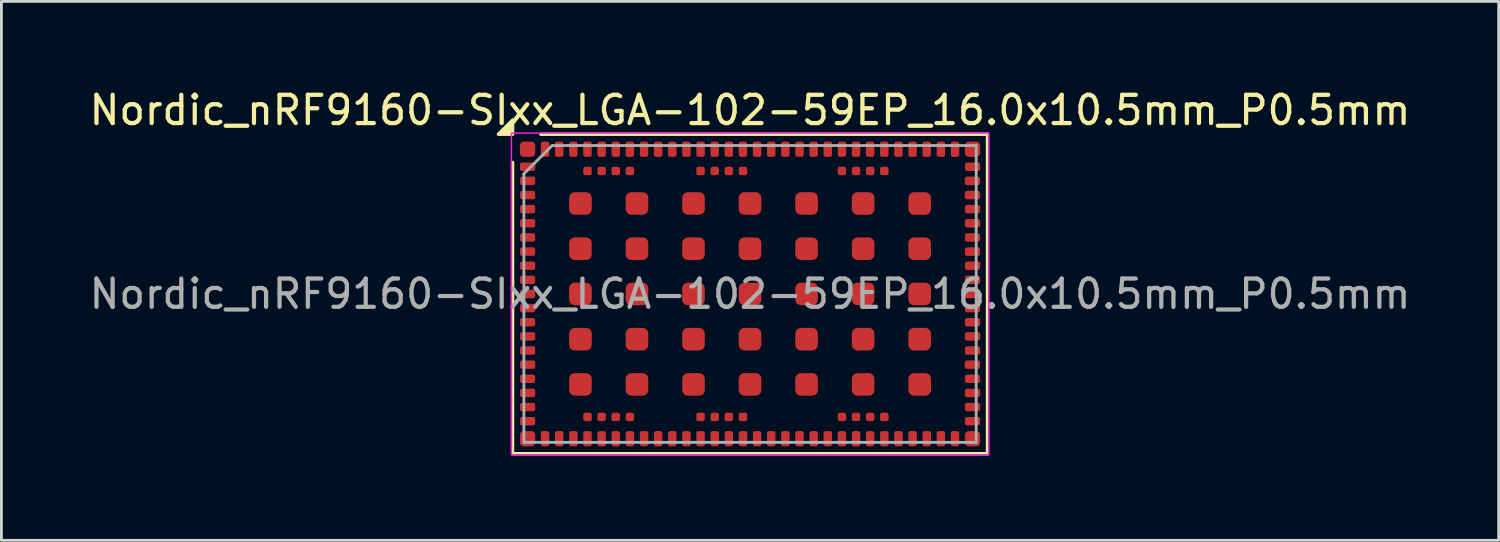
<source format=kicad_pcb>
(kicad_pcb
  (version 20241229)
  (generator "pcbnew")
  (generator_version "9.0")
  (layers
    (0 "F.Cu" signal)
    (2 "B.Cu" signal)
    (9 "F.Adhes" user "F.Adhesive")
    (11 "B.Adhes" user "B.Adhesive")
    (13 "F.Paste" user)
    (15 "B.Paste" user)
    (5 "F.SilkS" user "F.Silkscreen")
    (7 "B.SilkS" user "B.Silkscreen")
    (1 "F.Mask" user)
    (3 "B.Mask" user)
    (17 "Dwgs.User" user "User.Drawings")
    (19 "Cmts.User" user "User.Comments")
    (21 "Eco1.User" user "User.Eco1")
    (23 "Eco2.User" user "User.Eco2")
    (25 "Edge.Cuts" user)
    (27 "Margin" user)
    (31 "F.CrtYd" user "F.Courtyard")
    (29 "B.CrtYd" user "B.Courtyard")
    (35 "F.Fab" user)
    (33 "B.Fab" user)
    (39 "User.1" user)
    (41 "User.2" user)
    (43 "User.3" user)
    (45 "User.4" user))
  (footprint "Nordic_nRF9160-SIxx_LGA-102-59EP_16.0x10.5mm_P0.5mm"
    (layer "F.Cu")
    (at 23.482 7.348)
    (property "Reference" "Nordic_nRF9160-SIxx_LGA-102-59EP_16.0x10.5mm_P0.5mm" (at 0 -6.5 0) (unlocked yes) (layer "F.SilkS") (effects (font (size 1 1) (thickness 0.15))))
    (attr smd)
    (fp_line (start -8.4 5.65) (end -8.4 -4.65) (stroke (width 0.12) (type default)) (layer "F.SilkS"))
    (fp_line (start 8.4 -5.65) (end -7.4 -5.65) (stroke (width 0.12) (type default)) (layer "F.SilkS"))
    (fp_line (start 8.4 5.65) (end -8.4 5.65) (stroke (width 0.12) (type default)) (layer "F.SilkS"))
    (fp_line (start 8.4 5.65) (end 8.4 -5.65) (stroke (width 0.12) (type default)) (layer "F.SilkS"))
    (fp_poly (pts (xy -8.4 -5.65) (xy -8.9 -5.65) (xy -8.4 -6.15) (xy -8.4 -5.65)) (stroke (width 0.12) (type solid)) (fill yes) (layer "F.SilkS"))
    (fp_rect (start -8.44 -5.69) (end 8.44 5.69) (stroke (width 0.05) (type default)) (fill no) (layer "F.CrtYd"))
    (fp_line (start -8 -4.25) (end -7 -5.25) (stroke (width 0.1) (type default)) (layer "F.Fab"))
    (fp_line (start -8 5.25) (end -8 -4.25) (stroke (width 0.1) (type default)) (layer "F.Fab"))
    (fp_line (start -7 -5.25) (end 8 -5.25) (stroke (width 0.1) (type default)) (layer "F.Fab"))
    (fp_line (start 8 -5.25) (end 8 5.25) (stroke (width 0.1) (type default)) (layer "F.Fab"))
    (fp_line (start 8 5.25) (end -8 5.25) (stroke (width 0.1) (type default)) (layer "F.Fab"))
    (fp_text user "${REFERENCE}" (at 0 0 0) (unlocked yes) (layer "F.Fab") (effects (font (size 1 1) (thickness 0.15))))
    (pad "1" smd roundrect (at -7.87 -5.12) (size 0.54 0.54) (layers "F.Cu" "F.Mask" "F.Paste") (roundrect_rratio 0.25))
    (pad "2" smd roundrect (at -7.87 -4.5) (size 0.54 0.3) (layers "F.Cu" "F.Mask" "F.Paste") (roundrect_rratio 0.25))
    (pad "3" smd roundrect (at -7.87 -4) (size 0.54 0.3) (layers "F.Cu" "F.Mask" "F.Paste") (roundrect_rratio 0.25))
    (pad "4" smd roundrect (at -7.87 -3.5) (size 0.54 0.3) (layers "F.Cu" "F.Mask" "F.Paste") (roundrect_rratio 0.25))
    (pad "5" smd roundrect (at -7.87 -3) (size 0.54 0.3) (layers "F.Cu" "F.Mask" "F.Paste") (roundrect_rratio 0.25))
    (pad "6" smd roundrect (at -7.87 -2.5) (size 0.54 0.3) (layers "F.Cu" "F.Mask" "F.Paste") (roundrect_rratio 0.25))
    (pad "7" smd roundrect (at -7.87 -2) (size 0.54 0.3) (layers "F.Cu" "F.Mask" "F.Paste") (roundrect_rratio 0.25))
    (pad "8" smd roundrect (at -7.87 -1.5) (size 0.54 0.3) (layers "F.Cu" "F.Mask" "F.Paste") (roundrect_rratio 0.25))
    (pad "9" smd roundrect (at -7.87 -1) (size 0.54 0.3) (layers "F.Cu" "F.Mask" "F.Paste") (roundrect_rratio 0.25))
    (pad "10" smd roundrect (at -7.87 -0.5) (size 0.54 0.3) (layers "F.Cu" "F.Mask" "F.Paste") (roundrect_rratio 0.25))
    (pad "11" smd roundrect (at -7.87 0) (size 0.54 0.3) (layers "F.Cu" "F.Mask" "F.Paste") (roundrect_rratio 0.25))
    (pad "12" smd roundrect (at -7.87 0.5) (size 0.54 0.3) (layers "F.Cu" "F.Mask" "F.Paste") (roundrect_rratio 0.25))
    (pad "13" smd roundrect (at -7.87 1) (size 0.54 0.3) (layers "F.Cu" "F.Mask" "F.Paste") (roundrect_rratio 0.25))
    (pad "14" smd roundrect (at -7.87 1.5) (size 0.54 0.3) (layers "F.Cu" "F.Mask" "F.Paste") (roundrect_rratio 0.25))
    (pad "15" smd roundrect (at -7.87 2) (size 0.54 0.3) (layers "F.Cu" "F.Mask" "F.Paste") (roundrect_rratio 0.25))
    (pad "16" smd roundrect (at -7.87 2.5) (size 0.54 0.3) (layers "F.Cu" "F.Mask" "F.Paste") (roundrect_rratio 0.25))
    (pad "17" smd roundrect (at -7.87 3) (size 0.54 0.3) (layers "F.Cu" "F.Mask" "F.Paste") (roundrect_rratio 0.25))
    (pad "18" smd roundrect (at -7.87 3.5) (size 0.54 0.3) (layers "F.Cu" "F.Mask" "F.Paste") (roundrect_rratio 0.25))
    (pad "19" smd roundrect (at -7.87 4) (size 0.54 0.3) (layers "F.Cu" "F.Mask" "F.Paste") (roundrect_rratio 0.25))
    (pad "20" smd roundrect (at -7.87 4.5) (size 0.54 0.3) (layers "F.Cu" "F.Mask" "F.Paste") (roundrect_rratio 0.25))
    (pad "21" smd roundrect (at -7.87 5.12) (size 0.54 0.54) (layers "F.Cu" "F.Mask" "F.Paste") (roundrect_rratio 0.25))
    (pad "22" smd roundrect (at -7.25 5.12) (size 0.3 0.54) (layers "F.Cu" "F.Mask" "F.Paste") (roundrect_rratio 0.25))
    (pad "23" smd roundrect (at -6.75 5.12) (size 0.3 0.54) (layers "F.Cu" "F.Mask" "F.Paste") (roundrect_rratio 0.25))
    (pad "24" smd roundrect (at -6.25 5.12) (size 0.3 0.54) (layers "F.Cu" "F.Mask" "F.Paste") (roundrect_rratio 0.25))
    (pad "25" smd roundrect (at -5.75 5.12) (size 0.3 0.54) (layers "F.Cu" "F.Mask" "F.Paste") (roundrect_rratio 0.25))
    (pad "26" smd roundrect (at -5.25 5.12) (size 0.3 0.54) (layers "F.Cu" "F.Mask" "F.Paste") (roundrect_rratio 0.25))
    (pad "27" smd roundrect (at -4.75 5.12) (size 0.3 0.54) (layers "F.Cu" "F.Mask" "F.Paste") (roundrect_rratio 0.25))
    (pad "28" smd roundrect (at -4.25 5.12) (size 0.3 0.54) (layers "F.Cu" "F.Mask" "F.Paste") (roundrect_rratio 0.25))
    (pad "29" smd roundrect (at -3.75 5.12) (size 0.3 0.54) (layers "F.Cu" "F.Mask" "F.Paste") (roundrect_rratio 0.25))
    (pad "30" smd roundrect (at -3.25 5.12) (size 0.3 0.54) (layers "F.Cu" "F.Mask" "F.Paste") (roundrect_rratio 0.25))
    (pad "31" smd roundrect (at -2.75 5.12) (size 0.3 0.54) (layers "F.Cu" "F.Mask" "F.Paste") (roundrect_rratio 0.25))
    (pad "32" smd roundrect (at -2.25 5.12) (size 0.3 0.54) (layers "F.Cu" "F.Mask" "F.Paste") (roundrect_rratio 0.25))
    (pad "33" smd roundrect (at -1.75 5.12) (size 0.3 0.54) (layers "F.Cu" "F.Mask" "F.Paste") (roundrect_rratio 0.25))
    (pad "34" smd roundrect (at -1.25 5.12) (size 0.3 0.54) (layers "F.Cu" "F.Mask" "F.Paste") (roundrect_rratio 0.25))
    (pad "35" smd roundrect (at -0.75 5.12) (size 0.3 0.54) (layers "F.Cu" "F.Mask" "F.Paste") (roundrect_rratio 0.25))
    (pad "36" smd roundrect (at -0.25 5.12) (size 0.3 0.54) (layers "F.Cu" "F.Mask" "F.Paste") (roundrect_rratio 0.25))
    (pad "37" smd roundrect (at 0.25 5.12) (size 0.3 0.54) (layers "F.Cu" "F.Mask" "F.Paste") (roundrect_rratio 0.25))
    (pad "38" smd roundrect (at 0.75 5.12) (size 0.3 0.54) (layers "F.Cu" "F.Mask" "F.Paste") (roundrect_rratio 0.25))
    (pad "39" smd roundrect (at 1.25 5.12) (size 0.3 0.54) (layers "F.Cu" "F.Mask" "F.Paste") (roundrect_rratio 0.25))
    (pad "40" smd roundrect (at 1.75 5.12) (size 0.3 0.54) (layers "F.Cu" "F.Mask" "F.Paste") (roundrect_rratio 0.25))
    (pad "41" smd roundrect (at 2.25 5.12) (size 0.3 0.54) (layers "F.Cu" "F.Mask" "F.Paste") (roundrect_rratio 0.25))
    (pad "42" smd roundrect (at 2.75 5.12) (size 0.3 0.54) (layers "F.Cu" "F.Mask" "F.Paste") (roundrect_rratio 0.25))
    (pad "43" smd roundrect (at 3.25 5.12) (size 0.3 0.54) (layers "F.Cu" "F.Mask" "F.Paste") (roundrect_rratio 0.25))
    (pad "44" smd roundrect (at 3.75 5.12) (size 0.3 0.54) (layers "F.Cu" "F.Mask" "F.Paste") (roundrect_rratio 0.25))
    (pad "45" smd roundrect (at 4.25 5.12) (size 0.3 0.54) (layers "F.Cu" "F.Mask" "F.Paste") (roundrect_rratio 0.25))
    (pad "46" smd roundrect (at 4.75 5.12) (size 0.3 0.54) (layers "F.Cu" "F.Mask" "F.Paste") (roundrect_rratio 0.25))
    (pad "47" smd roundrect (at 5.25 5.12) (size 0.3 0.54) (layers "F.Cu" "F.Mask" "F.Paste") (roundrect_rratio 0.25))
    (pad "48" smd roundrect (at 5.75 5.12) (size 0.3 0.54) (layers "F.Cu" "F.Mask" "F.Paste") (roundrect_rratio 0.25))
    (pad "49" smd roundrect (at 6.25 5.12) (size 0.3 0.54) (layers "F.Cu" "F.Mask" "F.Paste") (roundrect_rratio 0.25))
    (pad "50" smd roundrect (at 6.75 5.12) (size 0.3 0.54) (layers "F.Cu" "F.Mask" "F.Paste") (roundrect_rratio 0.25))
    (pad "51" smd roundrect (at 7.25 5.12) (size 0.3 0.54) (layers "F.Cu" "F.Mask" "F.Paste") (roundrect_rratio 0.25))
    (pad "52" smd roundrect (at 7.87 5.12) (size 0.54 0.54) (layers "F.Cu" "F.Mask" "F.Paste") (roundrect_rratio 0.25))
    (pad "53" smd roundrect (at 7.87 4.5) (size 0.54 0.3) (layers "F.Cu" "F.Mask" "F.Paste") (roundrect_rratio 0.25))
    (pad "54" smd roundrect (at 7.87 4) (size 0.54 0.3) (layers "F.Cu" "F.Mask" "F.Paste") (roundrect_rratio 0.25))
    (pad "55" smd roundrect (at 7.87 3.5) (size 0.54 0.3) (layers "F.Cu" "F.Mask" "F.Paste") (roundrect_rratio 0.25))
    (pad "56" smd roundrect (at 7.87 3) (size 0.54 0.3) (layers "F.Cu" "F.Mask" "F.Paste") (roundrect_rratio 0.25))
    (pad "57" smd roundrect (at 7.87 2.5) (size 0.54 0.3) (layers "F.Cu" "F.Mask" "F.Paste") (roundrect_rratio 0.25))
    (pad "58" smd roundrect (at 7.87 2) (size 0.54 0.3) (layers "F.Cu" "F.Mask" "F.Paste") (roundrect_rratio 0.25))
    (pad "59" smd roundrect (at 7.87 1.5) (size 0.54 0.3) (layers "F.Cu" "F.Mask" "F.Paste") (roundrect_rratio 0.25))
    (pad "60" smd roundrect (at 7.87 1) (size 0.54 0.3) (layers "F.Cu" "F.Mask" "F.Paste") (roundrect_rratio 0.25))
    (pad "61" smd roundrect (at 7.87 0.5) (size 0.54 0.3) (layers "F.Cu" "F.Mask" "F.Paste") (roundrect_rratio 0.25))
    (pad "62" smd roundrect (at 7.87 0) (size 0.54 0.3) (layers "F.Cu" "F.Mask" "F.Paste") (roundrect_rratio 0.25))
    (pad "63" smd roundrect (at 7.87 -0.5) (size 0.54 0.3) (layers "F.Cu" "F.Mask" "F.Paste") (roundrect_rratio 0.25))
    (pad "64" smd roundrect (at 7.87 -1) (size 0.54 0.3) (layers "F.Cu" "F.Mask" "F.Paste") (roundrect_rratio 0.25))
    (pad "65" smd roundrect (at 7.87 -1.5) (size 0.54 0.3) (layers "F.Cu" "F.Mask" "F.Paste") (roundrect_rratio 0.25))
    (pad "66" smd roundrect (at 7.87 -2) (size 0.54 0.3) (layers "F.Cu" "F.Mask" "F.Paste") (roundrect_rratio 0.25))
    (pad "67" smd roundrect (at 7.87 -2.5) (size 0.54 0.3) (layers "F.Cu" "F.Mask" "F.Paste") (roundrect_rratio 0.25))
    (pad "68" smd roundrect (at 7.87 -3) (size 0.54 0.3) (layers "F.Cu" "F.Mask" "F.Paste") (roundrect_rratio 0.25))
    (pad "69" smd roundrect (at 7.87 -3.5) (size 0.54 0.3) (layers "F.Cu" "F.Mask" "F.Paste") (roundrect_rratio 0.25))
    (pad "70" smd roundrect (at 7.87 -4) (size 0.54 0.3) (layers "F.Cu" "F.Mask" "F.Paste") (roundrect_rratio 0.25))
    (pad "71" smd roundrect (at 7.87 -4.5) (size 0.54 0.3) (layers "F.Cu" "F.Mask" "F.Paste") (roundrect_rratio 0.25))
    (pad "72" smd roundrect (at 7.87 -5.12) (size 0.54 0.54) (layers "F.Cu" "F.Mask" "F.Paste") (roundrect_rratio 0.25))
    (pad "73" smd roundrect (at 7.25 -5.12) (size 0.3 0.54) (layers "F.Cu" "F.Mask" "F.Paste") (roundrect_rratio 0.25))
    (pad "74" smd roundrect (at 6.75 -5.12) (size 0.3 0.54) (layers "F.Cu" "F.Mask" "F.Paste") (roundrect_rratio 0.25))
    (pad "75" smd roundrect (at 6.25 -5.12) (size 0.3 0.54) (layers "F.Cu" "F.Mask" "F.Paste") (roundrect_rratio 0.25))
    (pad "76" smd roundrect (at 5.75 -5.12) (size 0.3 0.54) (layers "F.Cu" "F.Mask" "F.Paste") (roundrect_rratio 0.25))
    (pad "77" smd roundrect (at 5.25 -5.12) (size 0.3 0.54) (layers "F.Cu" "F.Mask" "F.Paste") (roundrect_rratio 0.25))
    (pad "78" smd roundrect (at 4.75 -5.12) (size 0.3 0.54) (layers "F.Cu" "F.Mask" "F.Paste") (roundrect_rratio 0.25))
    (pad "79" smd roundrect (at 4.25 -5.12) (size 0.3 0.54) (layers "F.Cu" "F.Mask" "F.Paste") (roundrect_rratio 0.25))
    (pad "80" smd roundrect (at 3.75 -5.12) (size 0.3 0.54) (layers "F.Cu" "F.Mask" "F.Paste") (roundrect_rratio 0.25))
    (pad "81" smd roundrect (at 3.25 -5.12) (size 0.3 0.54) (layers "F.Cu" "F.Mask" "F.Paste") (roundrect_rratio 0.25))
    (pad "82" smd roundrect (at 2.75 -5.12) (size 0.3 0.54) (layers "F.Cu" "F.Mask" "F.Paste") (roundrect_rratio 0.25))
    (pad "83" smd roundrect (at 2.25 -5.12) (size 0.3 0.54) (layers "F.Cu" "F.Mask" "F.Paste") (roundrect_rratio 0.25))
    (pad "84" smd roundrect (at 1.75 -5.12) (size 0.3 0.54) (layers "F.Cu" "F.Mask" "F.Paste") (roundrect_rratio 0.25))
    (pad "85" smd roundrect (at 1.25 -5.12) (size 0.3 0.54) (layers "F.Cu" "F.Mask" "F.Paste") (roundrect_rratio 0.25))
    (pad "86" smd roundrect (at 0.75 -5.12) (size 0.3 0.54) (layers "F.Cu" "F.Mask" "F.Paste") (roundrect_rratio 0.25))
    (pad "87" smd roundrect (at 0.25 -5.12) (size 0.3 0.54) (layers "F.Cu" "F.Mask" "F.Paste") (roundrect_rratio 0.25))
    (pad "88" smd roundrect (at -0.25 -5.12) (size 0.3 0.54) (layers "F.Cu" "F.Mask" "F.Paste") (roundrect_rratio 0.25))
    (pad "89" smd roundrect (at -0.75 -5.12) (size 0.3 0.54) (layers "F.Cu" "F.Mask" "F.Paste") (roundrect_rratio 0.25))
    (pad "90" smd roundrect (at -1.25 -5.12) (size 0.3 0.54) (layers "F.Cu" "F.Mask" "F.Paste") (roundrect_rratio 0.25))
    (pad "91" smd roundrect (at -1.75 -5.12) (size 0.3 0.54) (layers "F.Cu" "F.Mask" "F.Paste") (roundrect_rratio 0.25))
    (pad "92" smd roundrect (at -2.25 -5.12) (size 0.3 0.54) (layers "F.Cu" "F.Mask" "F.Paste") (roundrect_rratio 0.25))
    (pad "93" smd roundrect (at -2.75 -5.12) (size 0.3 0.54) (layers "F.Cu" "F.Mask" "F.Paste") (roundrect_rratio 0.25))
    (pad "94" smd roundrect (at -3.25 -5.12) (size 0.3 0.54) (layers "F.Cu" "F.Mask" "F.Paste") (roundrect_rratio 0.25))
    (pad "95" smd roundrect (at -3.75 -5.12) (size 0.3 0.54) (layers "F.Cu" "F.Mask" "F.Paste") (roundrect_rratio 0.25))
    (pad "96" smd roundrect (at -4.25 -5.12) (size 0.3 0.54) (layers "F.Cu" "F.Mask" "F.Paste") (roundrect_rratio 0.25))
    (pad "97" smd roundrect (at -4.75 -5.12) (size 0.3 0.54) (layers "F.Cu" "F.Mask" "F.Paste") (roundrect_rratio 0.25))
    (pad "98" smd roundrect (at -5.25 -5.12) (size 0.3 0.54) (layers "F.Cu" "F.Mask" "F.Paste") (roundrect_rratio 0.25))
    (pad "99" smd roundrect (at -5.75 -5.12) (size 0.3 0.54) (layers "F.Cu" "F.Mask" "F.Paste") (roundrect_rratio 0.25))
    (pad "100" smd roundrect (at -6.25 -5.12) (size 0.3 0.54) (layers "F.Cu" "F.Mask" "F.Paste") (roundrect_rratio 0.25))
    (pad "101" smd roundrect (at -6.75 -5.12) (size 0.3 0.54) (layers "F.Cu" "F.Mask" "F.Paste") (roundrect_rratio 0.25))
    (pad "102" smd roundrect (at -7.25 -5.12) (size 0.3 0.54) (layers "F.Cu" "F.Mask" "F.Paste") (roundrect_rratio 0.25))
    (pad "103" smd roundrect (at -6 -3.2) (size 0.8 0.8) (layers "F.Cu" "F.Mask" "F.Paste") (roundrect_rratio 0.25))
    (pad "103" smd roundrect (at -6 -1.6) (size 0.8 0.8) (layers "F.Cu" "F.Mask" "F.Paste") (roundrect_rratio 0.25))
    (pad "103" smd roundrect (at -6 0) (size 0.8 0.8) (layers "F.Cu" "F.Mask" "F.Paste") (roundrect_rratio 0.25))
    (pad "103" smd roundrect (at -6 1.6) (size 0.8 0.8) (layers "F.Cu" "F.Mask" "F.Paste") (roundrect_rratio 0.25))
    (pad "103" smd roundrect (at -6 3.2) (size 0.8 0.8) (layers "F.Cu" "F.Mask" "F.Paste") (roundrect_rratio 0.25))
    (pad "103" smd roundrect (at -4 -3.2) (size 0.8 0.8) (layers "F.Cu" "F.Mask" "F.Paste") (roundrect_rratio 0.25))
    (pad "103" smd roundrect (at -4 -1.6) (size 0.8 0.8) (layers "F.Cu" "F.Mask" "F.Paste") (roundrect_rratio 0.25))
    (pad "103" smd roundrect (at -4 0) (size 0.8 0.8) (layers "F.Cu" "F.Mask" "F.Paste") (roundrect_rratio 0.25))
    (pad "103" smd roundrect (at -4 1.6) (size 0.8 0.8) (layers "F.Cu" "F.Mask" "F.Paste") (roundrect_rratio 0.25))
    (pad "103" smd roundrect (at -4 3.2) (size 0.8 0.8) (layers "F.Cu" "F.Mask" "F.Paste") (roundrect_rratio 0.25))
    (pad "103" smd roundrect (at -2 -3.2) (size 0.8 0.8) (layers "F.Cu" "F.Mask" "F.Paste") (roundrect_rratio 0.25))
    (pad "103" smd roundrect (at -2 -1.6) (size 0.8 0.8) (layers "F.Cu" "F.Mask" "F.Paste") (roundrect_rratio 0.25))
    (pad "103" smd roundrect (at -2 0) (size 0.8 0.8) (layers "F.Cu" "F.Mask" "F.Paste") (roundrect_rratio 0.25))
    (pad "103" smd roundrect (at -2 1.6) (size 0.8 0.8) (layers "F.Cu" "F.Mask" "F.Paste") (roundrect_rratio 0.25))
    (pad "103" smd roundrect (at -2 3.2) (size 0.8 0.8) (layers "F.Cu" "F.Mask" "F.Paste") (roundrect_rratio 0.25))
    (pad "103" smd roundrect (at 0 -3.2) (size 0.8 0.8) (layers "F.Cu" "F.Mask" "F.Paste") (roundrect_rratio 0.25))
    (pad "103" smd roundrect (at 0 -1.6) (size 0.8 0.8) (layers "F.Cu" "F.Mask" "F.Paste") (roundrect_rratio 0.25))
    (pad "103" smd roundrect (at 0 0) (size 0.8 0.8) (layers "F.Cu" "F.Mask" "F.Paste") (roundrect_rratio 0.25))
    (pad "103" smd roundrect (at 0 1.6) (size 0.8 0.8) (layers "F.Cu" "F.Mask" "F.Paste") (roundrect_rratio 0.25))
    (pad "103" smd roundrect (at 0 3.2) (size 0.8 0.8) (layers "F.Cu" "F.Mask" "F.Paste") (roundrect_rratio 0.25))
    (pad "103" smd roundrect (at 2 -3.2) (size 0.8 0.8) (layers "F.Cu" "F.Mask" "F.Paste") (roundrect_rratio 0.25))
    (pad "103" smd roundrect (at 2 -1.6) (size 0.8 0.8) (layers "F.Cu" "F.Mask" "F.Paste") (roundrect_rratio 0.25))
    (pad "103" smd roundrect (at 2 0) (size 0.8 0.8) (layers "F.Cu" "F.Mask" "F.Paste") (roundrect_rratio 0.25))
    (pad "103" smd roundrect (at 2 1.6) (size 0.8 0.8) (layers "F.Cu" "F.Mask" "F.Paste") (roundrect_rratio 0.25))
    (pad "103" smd roundrect (at 2 3.2) (size 0.8 0.8) (layers "F.Cu" "F.Mask" "F.Paste") (roundrect_rratio 0.25))
    (pad "103" smd roundrect (at 4 -3.2) (size 0.8 0.8) (layers "F.Cu" "F.Mask" "F.Paste") (roundrect_rratio 0.25))
    (pad "103" smd roundrect (at 4 -1.6) (size 0.8 0.8) (layers "F.Cu" "F.Mask" "F.Paste") (roundrect_rratio 0.25))
    (pad "103" smd roundrect (at 4 0) (size 0.8 0.8) (layers "F.Cu" "F.Mask" "F.Paste") (roundrect_rratio 0.25))
    (pad "103" smd roundrect (at 4 1.6) (size 0.8 0.8) (layers "F.Cu" "F.Mask" "F.Paste") (roundrect_rratio 0.25))
    (pad "103" smd roundrect (at 4 3.2) (size 0.8 0.8) (layers "F.Cu" "F.Mask" "F.Paste") (roundrect_rratio 0.25))
    (pad "103" smd roundrect (at 6 -3.2) (size 0.8 0.8) (layers "F.Cu" "F.Mask" "F.Paste") (roundrect_rratio 0.25))
    (pad "103" smd roundrect (at 6 -1.6) (size 0.8 0.8) (layers "F.Cu" "F.Mask" "F.Paste") (roundrect_rratio 0.25))
    (pad "103" smd roundrect (at 6 0) (size 0.8 0.8) (layers "F.Cu" "F.Mask" "F.Paste") (roundrect_rratio 0.25))
    (pad "103" smd roundrect (at 6 1.6) (size 0.8 0.8) (layers "F.Cu" "F.Mask" "F.Paste") (roundrect_rratio 0.25))
    (pad "103" smd roundrect (at 6 3.2) (size 0.8 0.8) (layers "F.Cu" "F.Mask" "F.Paste") (roundrect_rratio 0.25))
    (pad "104" smd roundrect (at -5.75 4.35) (size 0.3 0.3) (layers "F.Cu" "F.Mask" "F.Paste") (roundrect_rratio 0.25))
    (pad "105" smd roundrect (at -5.25 4.35) (size 0.3 0.3) (layers "F.Cu" "F.Mask" "F.Paste") (roundrect_rratio 0.25))
    (pad "106" smd roundrect (at -4.75 4.35) (size 0.3 0.3) (layers "F.Cu" "F.Mask" "F.Paste") (roundrect_rratio 0.25))
    (pad "107" smd roundrect (at -4.25 4.35) (size 0.3 0.3) (layers "F.Cu" "F.Mask" "F.Paste") (roundrect_rratio 0.25))
    (pad "108" smd roundrect (at -1.75 4.35) (size 0.3 0.3) (layers "F.Cu" "F.Mask" "F.Paste") (roundrect_rratio 0.25))
    (pad "109" smd roundrect (at -1.25 4.35) (size 0.3 0.3) (layers "F.Cu" "F.Mask" "F.Paste") (roundrect_rratio 0.25))
    (pad "110" smd roundrect (at -0.75 4.35) (size 0.3 0.3) (layers "F.Cu" "F.Mask" "F.Paste") (roundrect_rratio 0.25))
    (pad "111" smd roundrect (at -0.25 4.35) (size 0.3 0.3) (layers "F.Cu" "F.Mask" "F.Paste") (roundrect_rratio 0.25))
    (pad "112" smd roundrect (at 3.25 4.35) (size 0.3 0.3) (layers "F.Cu" "F.Mask" "F.Paste") (roundrect_rratio 0.25))
    (pad "113" smd roundrect (at 3.75 4.35) (size 0.3 0.3) (layers "F.Cu" "F.Mask" "F.Paste") (roundrect_rratio 0.25))
    (pad "114" smd roundrect (at 4.25 4.35) (size 0.3 0.3) (layers "F.Cu" "F.Mask" "F.Paste") (roundrect_rratio 0.25))
    (pad "115" smd roundrect (at 4.75 4.35) (size 0.3 0.3) (layers "F.Cu" "F.Mask" "F.Paste") (roundrect_rratio 0.25))
    (pad "116" smd roundrect (at 4.75 -4.35) (size 0.3 0.3) (layers "F.Cu" "F.Mask" "F.Paste") (roundrect_rratio 0.25))
    (pad "117" smd roundrect (at 4.25 -4.35) (size 0.3 0.3) (layers "F.Cu" "F.Mask" "F.Paste") (roundrect_rratio 0.25))
    (pad "118" smd roundrect (at 3.75 -4.35) (size 0.3 0.3) (layers "F.Cu" "F.Mask" "F.Paste") (roundrect_rratio 0.25))
    (pad "119" smd roundrect (at 3.25 -4.35) (size 0.3 0.3) (layers "F.Cu" "F.Mask" "F.Paste") (roundrect_rratio 0.25))
    (pad "120" smd roundrect (at -0.25 -4.35) (size 0.3 0.3) (layers "F.Cu" "F.Mask" "F.Paste") (roundrect_rratio 0.25))
    (pad "121" smd roundrect (at -0.75 -4.35) (size 0.3 0.3) (layers "F.Cu" "F.Mask" "F.Paste") (roundrect_rratio 0.25))
    (pad "122" smd roundrect (at -1.25 -4.35) (size 0.3 0.3) (layers "F.Cu" "F.Mask" "F.Paste") (roundrect_rratio 0.25))
    (pad "123" smd roundrect (at -1.75 -4.35) (size 0.3 0.3) (layers "F.Cu" "F.Mask" "F.Paste") (roundrect_rratio 0.25))
    (pad "124" smd roundrect (at -4.25 -4.35) (size 0.3 0.3) (layers "F.Cu" "F.Mask" "F.Paste") (roundrect_rratio 0.25))
    (pad "125" smd roundrect (at -4.75 -4.35) (size 0.3 0.3) (layers "F.Cu" "F.Mask" "F.Paste") (roundrect_rratio 0.25))
    (pad "126" smd roundrect (at -5.25 -4.35) (size 0.3 0.3) (layers "F.Cu" "F.Mask" "F.Paste") (roundrect_rratio 0.25))
    (pad "127" smd roundrect (at -5.75 -4.35) (size 0.3 0.3) (layers "F.Cu" "F.Mask" "F.Paste") (roundrect_rratio 0.25))
    (zone (net_name "") (layer "F.Cu") (name "No Copper Fill") (hatch edge 0.5) (connect_pads) (min_thickness 0.25) (filled_areas_thickness no) (keepout (tracks allowed) (vias allowed) (pads allowed) (copperpour not_allowed) (footprints allowed)) (placement (enabled no)) (fill) (polygon (pts (xy 15.882 2.498) (xy 31.082 2.498) (xy 31.082 12.198) (xy 15.882 12.198)))))
  (gr_rect
    (start -3 -3)
    (end 49.964 16.063)
    (stroke (width 0.1) (type default))
    (fill no)
    (layer "Edge.Cuts")))
</source>
